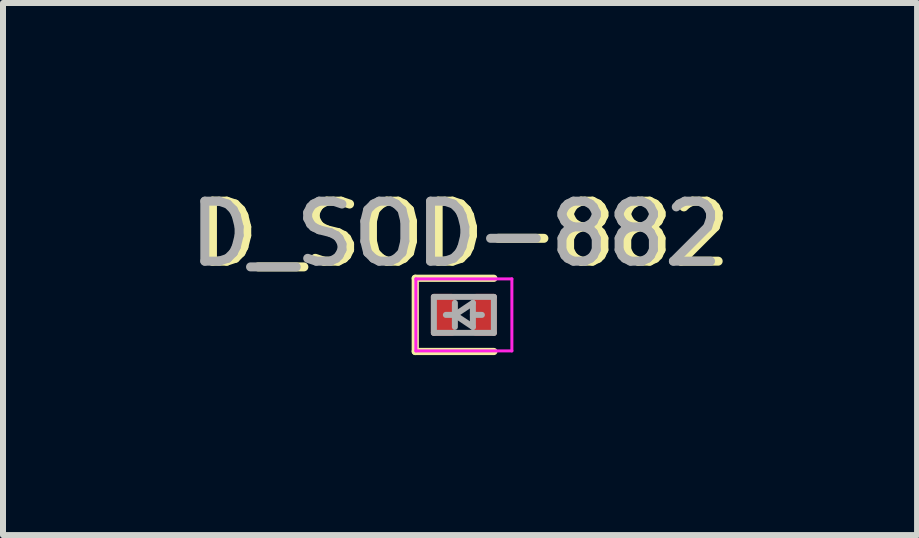
<source format=kicad_pcb>
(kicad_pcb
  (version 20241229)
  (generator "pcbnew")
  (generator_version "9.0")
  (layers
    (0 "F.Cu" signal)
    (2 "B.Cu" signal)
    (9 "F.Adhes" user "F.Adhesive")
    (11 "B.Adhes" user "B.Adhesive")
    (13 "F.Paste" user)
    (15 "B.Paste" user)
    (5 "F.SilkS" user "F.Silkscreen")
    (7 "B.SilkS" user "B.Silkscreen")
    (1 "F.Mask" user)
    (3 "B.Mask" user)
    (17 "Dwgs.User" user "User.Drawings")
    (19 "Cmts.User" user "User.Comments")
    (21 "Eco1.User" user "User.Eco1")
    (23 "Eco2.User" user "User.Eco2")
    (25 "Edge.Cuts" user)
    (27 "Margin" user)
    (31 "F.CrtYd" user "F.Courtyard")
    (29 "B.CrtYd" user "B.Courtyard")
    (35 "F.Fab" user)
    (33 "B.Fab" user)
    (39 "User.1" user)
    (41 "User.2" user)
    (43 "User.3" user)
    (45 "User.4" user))
  (footprint "D_SOD-882"
    (layer "F.Cu")
    (at 4.681 2.198)
    (property "Reference" "D_SOD-882" (at 0 -1.35 0) (layer "F.SilkS") (effects (font (size 1 1) (thickness 0.15))))
    (attr smd)
    (fp_line (start -0.81 -0.61) (end -0.81 0.61) (stroke (width 0.12) (type solid)) (layer "F.SilkS"))
    (fp_line (start -0.81 -0.61) (end 0.5 -0.61) (stroke (width 0.12) (type solid)) (layer "F.SilkS"))
    (fp_line (start -0.81 0.61) (end 0.5 0.61) (stroke (width 0.12) (type solid)) (layer "F.SilkS"))
    (fp_line (start -0.8 -0.6) (end -0.8 0.6) (stroke (width 0.05) (type solid)) (layer "F.CrtYd"))
    (fp_line (start -0.8 -0.6) (end 0.8 -0.6) (stroke (width 0.05) (type solid)) (layer "F.CrtYd"))
    (fp_line (start 0.8 -0.6) (end 0.8 0.6) (stroke (width 0.05) (type solid)) (layer "F.CrtYd"))
    (fp_line (start 0.8 0.6) (end -0.8 0.6) (stroke (width 0.05) (type solid)) (layer "F.CrtYd"))
    (fp_line (start -0.5 -0.3) (end 0.5 -0.3) (stroke (width 0.1) (type solid)) (layer "F.Fab"))
    (fp_line (start -0.5 0.3) (end -0.5 -0.3) (stroke (width 0.1) (type solid)) (layer "F.Fab"))
    (fp_line (start -0.15 0) (end -0.3 0) (stroke (width 0.1) (type solid)) (layer "F.Fab"))
    (fp_line (start -0.15 0) (end 0.15 0.2) (stroke (width 0.1) (type solid)) (layer "F.Fab"))
    (fp_line (start -0.15 0.2) (end -0.15 -0.2) (stroke (width 0.1) (type solid)) (layer "F.Fab"))
    (fp_line (start 0.15 -0.2) (end -0.15 0) (stroke (width 0.1) (type solid)) (layer "F.Fab"))
    (fp_line (start 0.15 0) (end 0.3 0) (stroke (width 0.1) (type solid)) (layer "F.Fab"))
    (fp_line (start 0.15 0.2) (end 0.15 -0.2) (stroke (width 0.1) (type solid)) (layer "F.Fab"))
    (fp_line (start 0.5 -0.3) (end 0.5 0.3) (stroke (width 0.1) (type solid)) (layer "F.Fab"))
    (fp_line (start 0.5 0.3) (end -0.5 0.3) (stroke (width 0.1) (type solid)) (layer "F.Fab"))
    (fp_text user "${REFERENCE}" (at -0.127 -1.35 0) (layer "F.Fab") (effects (font (size 1 1) (thickness 0.15))))
    (pad "" smd roundrect (at -0.35 0) (size 0.3 0.6) (layers "F.Paste") (roundrect_rratio 0.167))
    (pad "" smd roundrect (at 0.35 0) (size 0.3 0.6) (layers "F.Paste") (roundrect_rratio 0.167))
    (pad "1" smd roundrect (at -0.35 0) (size 0.4 0.7) (layers "F.Cu" "F.Mask") (roundrect_rratio 0.125))
    (pad "2" smd roundrect (at 0.35 0) (size 0.4 0.7) (layers "F.Cu" "F.Mask") (roundrect_rratio 0.125)))
  (gr_rect
    (start -3 -3)
    (end 12.234 5.868)
    (stroke (width 0.1) (type default))
    (fill no)
    (layer "Edge.Cuts")))
</source>
